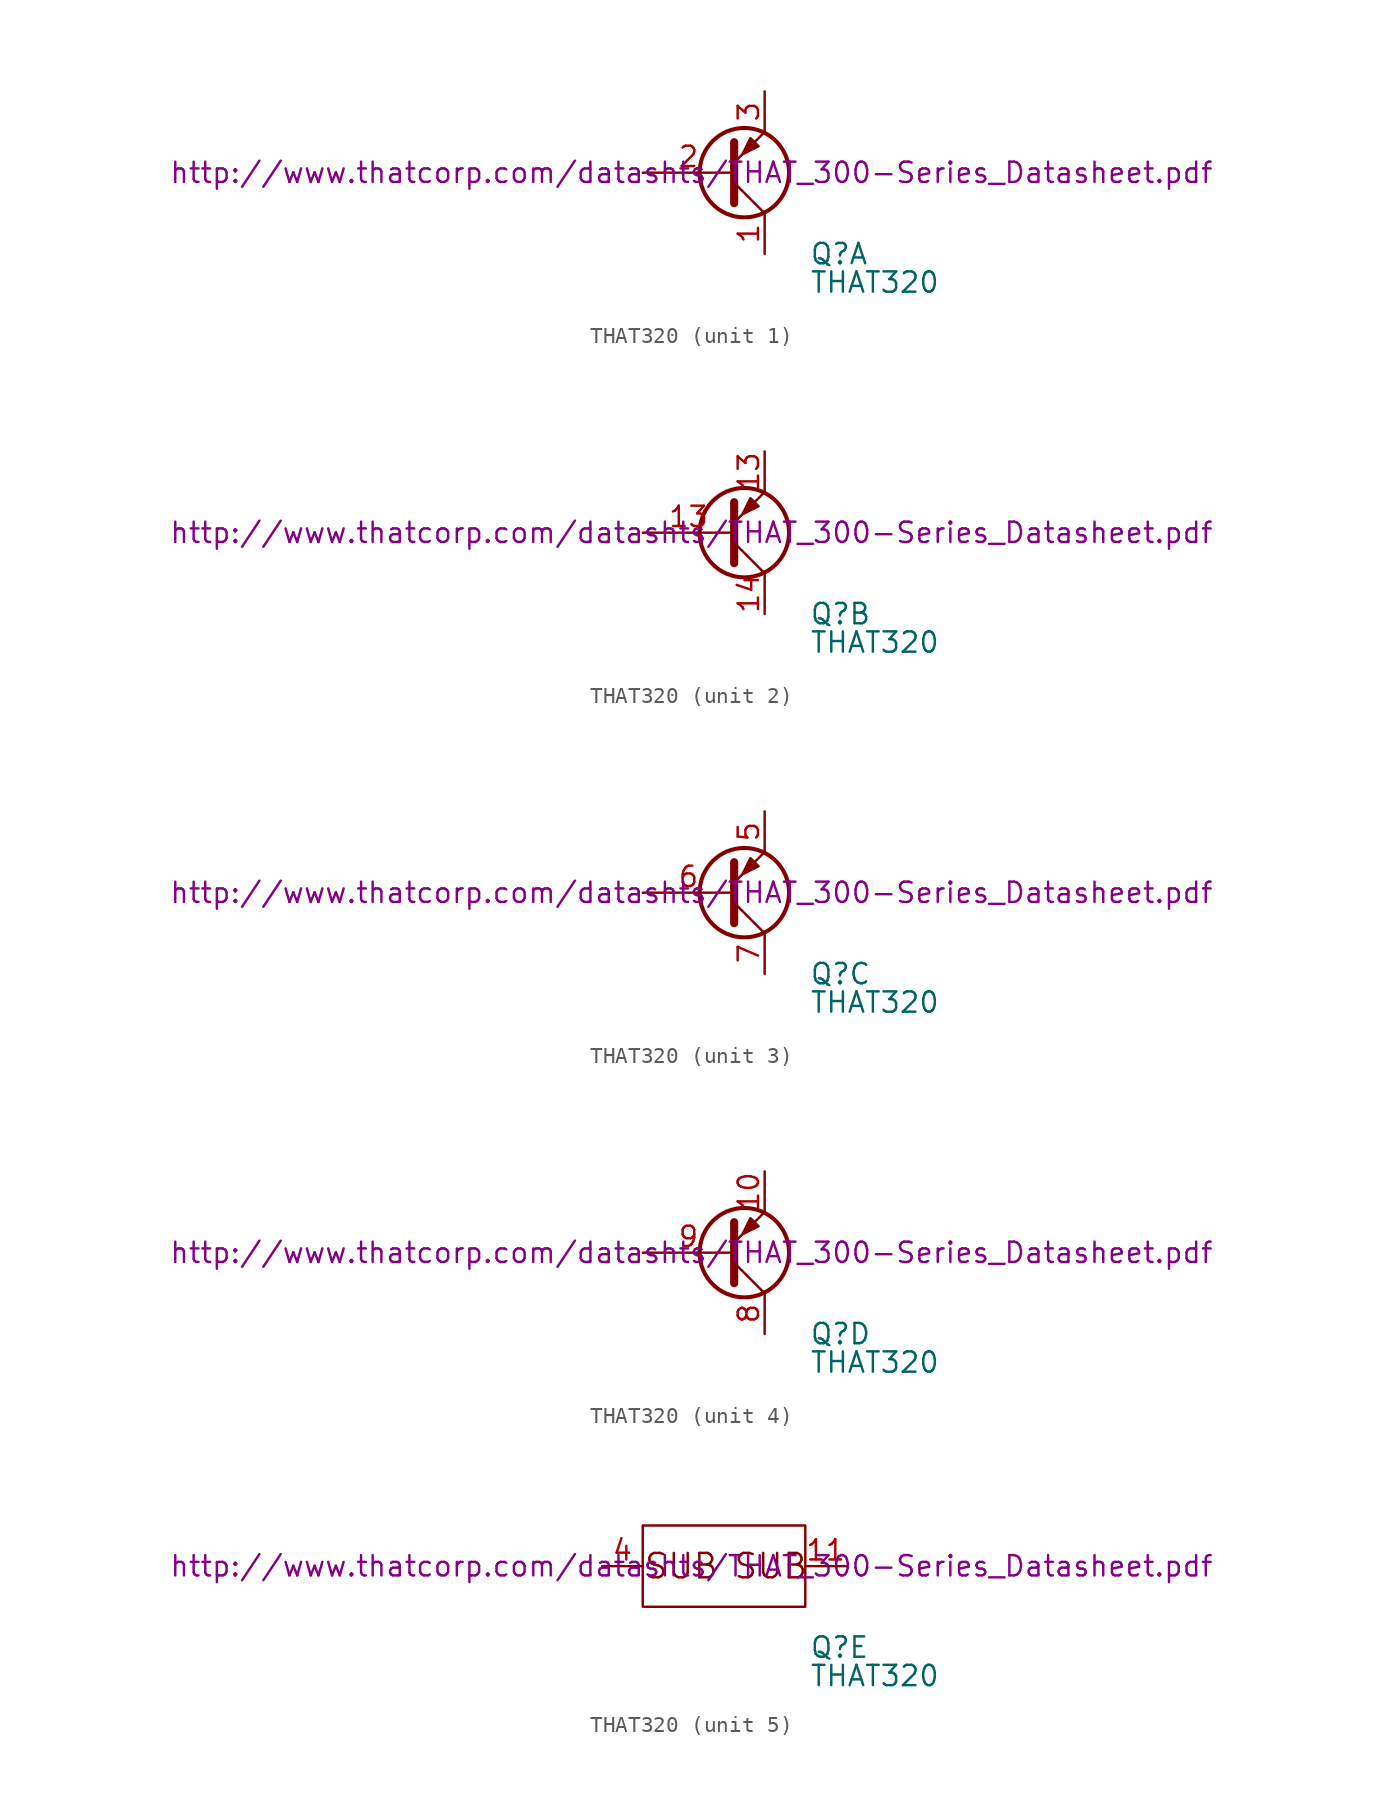
<source format=kicad_sym>
(kicad_symbol_lib
  (version 20220914)
  (generator kicad_symbol_editor)
  (symbol "THAT320"
    (pin_names
      (offset 0) hide)
    (property "Reference" "Q"
      (at 5.334 -5.08 0)
      (effects (font (size 1.27 1.27)) (justify left)))
    (property "Value" "THAT320"
      (at 5.334 -6.858 0)
      (effects (font (size 1.27 1.27)) (justify left)))
    (property "Footprint" ""
      (at 3.048 2.54 0)
      (effects (font (size 1.27 1.27))))
    (property "Datasheet" "http://www.thatcorp.com/datashts/THAT_300-Series_Datasheet.pdf"
      (at -2.032 0 0)
      (effects (font (size 1.27 1.27))))
    (property "ki_locked" ""
      (at 0 0 0)
      (effects (font (size 1.27 1.27))))
    (symbol "THAT320_1_0"
      (polyline (pts (xy 2.54 -2.54) (xy 0.635 -0.635)) (stroke (width 0) (type solid)) (fill (type none))))
    (symbol "THAT320_1_1"
      (polyline (pts (xy 2.54 2.54) (xy 0.635 0.635)) (stroke (width 0) (type solid)) (fill (type none)))
      (polyline (pts (xy 0.635 1.905) (xy 0.635 -1.905) (xy 0.635 -1.905)) (stroke (width 0.508) (type solid)) (fill (type none)))
      (polyline (pts (xy 2.159 1.651) (xy 1.651 2.159) (xy 1.143 1.143) (xy 2.159 1.651)) (stroke (width 0) (type solid)) (fill (type outline)))
      (circle (center 1.27 0) (radius 2.794) (stroke (width 0.254) (type solid)) (fill (type none)))
      (pin passive line (at 2.54 -5.08 90) (length 2.54) (name "E" (effects (font (size 1.27 1.27)))) (number "1" (effects (font (size 1.27 1.27)))))
      (pin input line (at -5.08 0 0) (length 5.715) (name "B" (effects (font (size 1.27 1.27)))) (number "2" (effects (font (size 1.27 1.27)))))
      (pin passive line (at 2.54 5.08 270) (length 2.54) (name "C" (effects (font (size 1.27 1.27)))) (number "3" (effects (font (size 1.27 1.27))))))
    (symbol "THAT320_2_0"
      (polyline (pts (xy 2.54 -2.54) (xy 0.635 -0.635)) (stroke (width 0) (type solid)) (fill (type none))))
    (symbol "THAT320_2_1"
      (polyline (pts (xy 2.54 2.54) (xy 0.635 0.635)) (stroke (width 0) (type solid)) (fill (type none)))
      (polyline (pts (xy 0.635 1.905) (xy 0.635 -1.905) (xy 0.635 -1.905)) (stroke (width 0.508) (type solid)) (fill (type none)))
      (polyline (pts (xy 2.159 1.651) (xy 1.651 2.159) (xy 1.143 1.143) (xy 2.159 1.651)) (stroke (width 0) (type solid)) (fill (type outline)))
      (circle (center 1.27 0) (radius 2.794) (stroke (width 0.254) (type solid)) (fill (type none)))
      (pin input line (at -5.08 0 0) (length 5.715) (name "B" (effects (font (size 1.27 1.27)))) (number "13" (effects (font (size 1.27 1.27)))))
      (pin passive line (at 2.54 5.08 270) (length 2.54) (name "C" (effects (font (size 1.27 1.27)))) (number "13" (effects (font (size 1.27 1.27)))))
      (pin passive line (at 2.54 -5.08 90) (length 2.54) (name "E" (effects (font (size 1.27 1.27)))) (number "14" (effects (font (size 1.27 1.27))))))
    (symbol "THAT320_3_0"
      (polyline (pts (xy 2.54 -2.54) (xy 0.635 -0.635)) (stroke (width 0) (type solid)) (fill (type none))))
    (symbol "THAT320_3_1"
      (polyline (pts (xy 2.54 2.54) (xy 0.635 0.635)) (stroke (width 0) (type solid)) (fill (type none)))
      (polyline (pts (xy 0.635 1.905) (xy 0.635 -1.905) (xy 0.635 -1.905)) (stroke (width 0.508) (type solid)) (fill (type none)))
      (polyline (pts (xy 2.159 1.651) (xy 1.651 2.159) (xy 1.143 1.143) (xy 2.159 1.651)) (stroke (width 0) (type solid)) (fill (type outline)))
      (circle (center 1.27 0) (radius 2.794) (stroke (width 0.254) (type solid)) (fill (type none)))
      (pin passive line (at 2.54 5.08 270) (length 2.54) (name "C" (effects (font (size 1.27 1.27)))) (number "5" (effects (font (size 1.27 1.27)))))
      (pin input line (at -5.08 0 0) (length 5.715) (name "B" (effects (font (size 1.27 1.27)))) (number "6" (effects (font (size 1.27 1.27)))))
      (pin passive line (at 2.54 -5.08 90) (length 2.54) (name "E" (effects (font (size 1.27 1.27)))) (number "7" (effects (font (size 1.27 1.27))))))
    (symbol "THAT320_4_0"
      (polyline (pts (xy 2.54 -2.54) (xy 0.635 -0.635)) (stroke (width 0) (type solid)) (fill (type none))))
    (symbol "THAT320_4_1"
      (polyline (pts (xy 2.54 2.54) (xy 0.635 0.635)) (stroke (width 0) (type solid)) (fill (type none)))
      (polyline (pts (xy 0.635 1.905) (xy 0.635 -1.905) (xy 0.635 -1.905)) (stroke (width 0.508) (type solid)) (fill (type none)))
      (polyline (pts (xy 2.159 1.651) (xy 1.651 2.159) (xy 1.143 1.143) (xy 2.159 1.651)) (stroke (width 0) (type solid)) (fill (type outline)))
      (circle (center 1.27 0) (radius 2.794) (stroke (width 0.254) (type solid)) (fill (type none)))
      (pin input line (at 2.54 5.08 270) (length 2.54) (name "~" (effects (font (size 1.27 1.27)))) (number "10" (effects (font (size 1.27 1.27)))))
      (pin passive line (at 2.54 -5.08 90) (length 2.54) (name "E" (effects (font (size 1.27 1.27)))) (number "8" (effects (font (size 1.27 1.27)))))
      (pin input line (at -5.08 0 0) (length 5.715) (name "B" (effects (font (size 1.27 1.27)))) (number "9" (effects (font (size 1.27 1.27))))))
    (symbol "THAT320_5_0"
      (text "SUB" (at -2.667 0 0) (effects (font (size 1.524 1.524))))
      (text "SUB" (at 2.921 0 0) (effects (font (size 1.524 1.524)))))
    (symbol "THAT320_5_1"
      (rectangle (start -5.08 2.54) (end 5.08 -2.54) (stroke (width 0) (type solid)) (fill (type none)))
      (pin passive line (at 7.62 0 180) (length 2.54) (name "E" (effects (font (size 1.27 1.27)))) (number "11" (effects (font (size 1.27 1.27)))))
      (pin input line (at -7.62 0 0) (length 2.54) (name "B" (effects (font (size 1.27 1.27)))) (number "4" (effects (font (size 1.27 1.27))))))))
</source>
